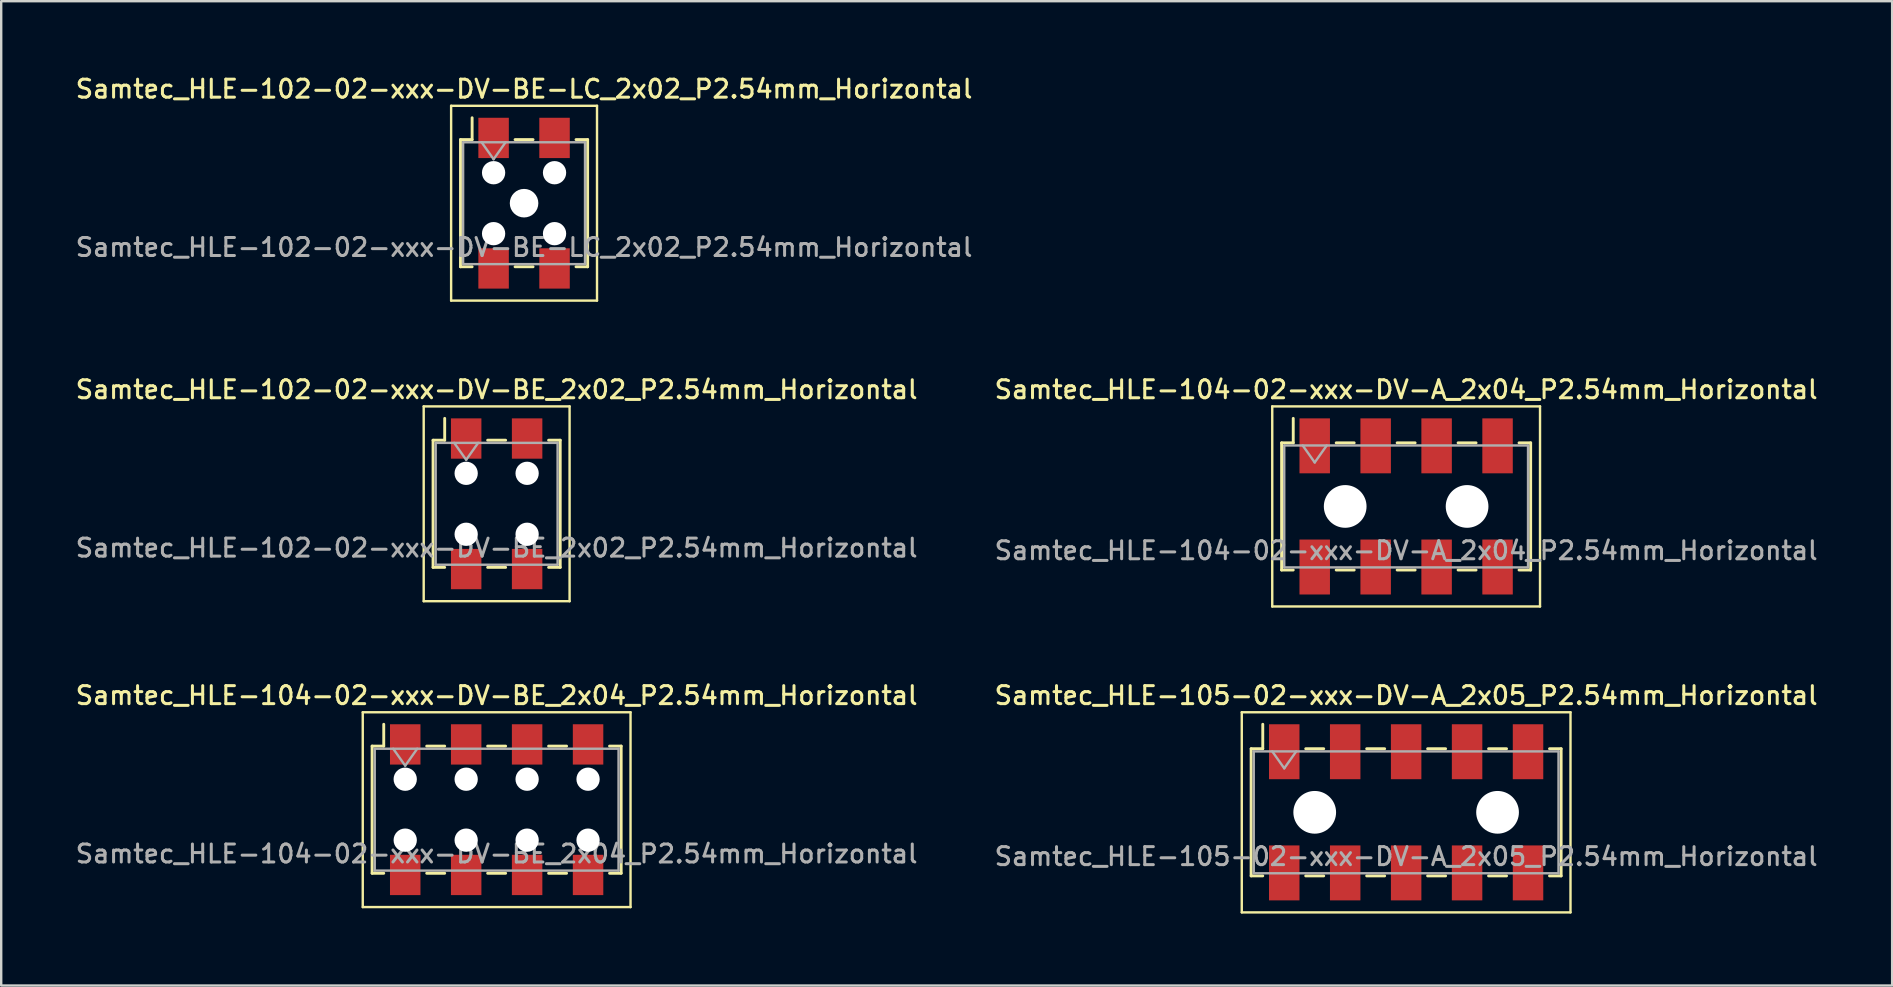
<source format=kicad_pcb>
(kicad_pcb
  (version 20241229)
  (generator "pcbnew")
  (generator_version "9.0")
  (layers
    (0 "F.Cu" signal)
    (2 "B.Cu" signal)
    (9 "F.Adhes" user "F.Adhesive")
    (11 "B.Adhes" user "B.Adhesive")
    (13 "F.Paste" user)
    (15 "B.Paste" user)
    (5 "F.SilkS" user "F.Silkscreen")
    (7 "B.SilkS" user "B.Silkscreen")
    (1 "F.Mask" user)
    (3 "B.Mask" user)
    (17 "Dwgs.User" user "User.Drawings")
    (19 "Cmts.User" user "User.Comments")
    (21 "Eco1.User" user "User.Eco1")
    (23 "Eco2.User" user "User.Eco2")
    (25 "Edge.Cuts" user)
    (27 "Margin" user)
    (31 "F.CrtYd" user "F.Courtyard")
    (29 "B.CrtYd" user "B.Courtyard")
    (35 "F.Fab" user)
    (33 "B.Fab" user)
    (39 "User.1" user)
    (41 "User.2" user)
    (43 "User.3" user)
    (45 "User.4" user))
  (footprint "Samtec_HLE-105-02-xxx-DV-A_2x05_P2.54mm_Horizontal"
    (layer "F.Cu")
    (at 55.552 30.804)
    (property "Reference" "Samtec_HLE-105-02-xxx-DV-A_2x05_P2.54mm_Horizontal" (at 0 -4.87 0) (layer "F.SilkS") (effects (font (size 0.75 0.75) (thickness 0.125))))
    (attr smd)
    (fp_line (start -6.85 -4.17) (end 6.85 -4.17) (stroke (width 0.1) (type solid)) (layer "F.SilkS"))
    (fp_line (start -6.85 4.17) (end -6.85 -4.17) (stroke (width 0.1) (type solid)) (layer "F.SilkS"))
    (fp_line (start -6.46 -2.65) (end -6.46 2.65) (stroke (width 0.12) (type solid)) (layer "F.SilkS"))
    (fp_line (start -6.46 2.65) (end -5.975 2.65) (stroke (width 0.12) (type solid)) (layer "F.SilkS"))
    (fp_line (start -5.975 -3.67) (end -5.975 -2.65) (stroke (width 0.12) (type solid)) (layer "F.SilkS"))
    (fp_line (start -5.975 -2.65) (end -6.46 -2.65) (stroke (width 0.12) (type solid)) (layer "F.SilkS"))
    (fp_line (start -4.185 -2.65) (end -3.435 -2.65) (stroke (width 0.12) (type solid)) (layer "F.SilkS"))
    (fp_line (start -4.185 2.65) (end -3.435 2.65) (stroke (width 0.12) (type solid)) (layer "F.SilkS"))
    (fp_line (start -1.645 -2.65) (end -0.895 -2.65) (stroke (width 0.12) (type solid)) (layer "F.SilkS"))
    (fp_line (start -1.645 2.65) (end -0.895 2.65) (stroke (width 0.12) (type solid)) (layer "F.SilkS"))
    (fp_line (start 0.895 -2.65) (end 1.645 -2.65) (stroke (width 0.12) (type solid)) (layer "F.SilkS"))
    (fp_line (start 0.895 2.65) (end 1.645 2.65) (stroke (width 0.12) (type solid)) (layer "F.SilkS"))
    (fp_line (start 3.435 -2.65) (end 4.185 -2.65) (stroke (width 0.12) (type solid)) (layer "F.SilkS"))
    (fp_line (start 3.435 2.65) (end 4.185 2.65) (stroke (width 0.12) (type solid)) (layer "F.SilkS"))
    (fp_line (start 5.975 -2.65) (end 6.46 -2.65) (stroke (width 0.12) (type solid)) (layer "F.SilkS"))
    (fp_line (start 6.46 -2.65) (end 6.46 2.65) (stroke (width 0.12) (type solid)) (layer "F.SilkS"))
    (fp_line (start 6.46 2.65) (end 5.975 2.65) (stroke (width 0.12) (type solid)) (layer "F.SilkS"))
    (fp_line (start 6.85 -4.17) (end 6.85 4.17) (stroke (width 0.1) (type solid)) (layer "F.SilkS"))
    (fp_line (start 6.85 4.17) (end -6.85 4.17) (stroke (width 0.1) (type solid)) (layer "F.SilkS"))
    (fp_line (start -6.35 -2.54) (end 6.35 -2.54) (stroke (width 0.1) (type solid)) (layer "F.Fab"))
    (fp_line (start -6.35 2.54) (end -6.35 -2.54) (stroke (width 0.1) (type solid)) (layer "F.Fab"))
    (fp_line (start -5.58 -2.54) (end -5.08 -1.833) (stroke (width 0.1) (type solid)) (layer "F.Fab"))
    (fp_line (start -5.08 -1.833) (end -4.58 -2.54) (stroke (width 0.1) (type solid)) (layer "F.Fab"))
    (fp_line (start 6.35 -2.54) (end 6.35 2.54) (stroke (width 0.1) (type solid)) (layer "F.Fab"))
    (fp_line (start 6.35 2.54) (end -6.35 2.54) (stroke (width 0.1) (type solid)) (layer "F.Fab"))
    (fp_text user "${REFERENCE}" (at 0 1.84 0) (layer "F.Fab") (effects (font (size 0.75 0.75) (thickness 0.125))))
    (pad "" np_thru_hole circle (at -3.81 0) (size 1.78 1.78) (drill 1.78) (layers "*.Cu" "*.Mask"))
    (pad "" np_thru_hole circle (at 3.81 0) (size 1.78 1.78) (drill 1.78) (layers "*.Cu" "*.Mask"))
    (pad "1" smd rect (at -5.08 -2.525) (size 1.27 2.29) (layers "F.Cu" "F.Mask" "F.Paste"))
    (pad "2" smd rect (at -5.08 2.525) (size 1.27 2.29) (layers "F.Cu" "F.Mask" "F.Paste"))
    (pad "3" smd rect (at -2.54 -2.525) (size 1.27 2.29) (layers "F.Cu" "F.Mask" "F.Paste"))
    (pad "4" smd rect (at -2.54 2.525) (size 1.27 2.29) (layers "F.Cu" "F.Mask" "F.Paste"))
    (pad "5" smd rect (at 0 -2.525) (size 1.27 2.29) (layers "F.Cu" "F.Mask" "F.Paste"))
    (pad "6" smd rect (at 0 2.525) (size 1.27 2.29) (layers "F.Cu" "F.Mask" "F.Paste"))
    (pad "7" smd rect (at 2.54 -2.525) (size 1.27 2.29) (layers "F.Cu" "F.Mask" "F.Paste"))
    (pad "8" smd rect (at 2.54 2.525) (size 1.27 2.29) (layers "F.Cu" "F.Mask" "F.Paste"))
    (pad "9" smd rect (at 5.08 -2.525) (size 1.27 2.29) (layers "F.Cu" "F.Mask" "F.Paste"))
    (pad "10" smd rect (at 5.08 2.525) (size 1.27 2.29) (layers "F.Cu" "F.Mask" "F.Paste")))
  (footprint "Samtec_HLE-102-02-xxx-DV-BE-LC_2x02_P2.54mm_Horizontal"
    (layer "F.Cu")
    (at 18.791 5.418)
    (property "Reference" "Samtec_HLE-102-02-xxx-DV-BE-LC_2x02_P2.54mm_Horizontal" (at 0 -4.76 0) (layer "F.SilkS") (effects (font (size 0.75 0.75) (thickness 0.125))))
    (attr smd)
    (fp_line (start -3.04 -4.06) (end 3.04 -4.06) (stroke (width 0.1) (type solid)) (layer "F.SilkS"))
    (fp_line (start -3.04 4.06) (end -3.04 -4.06) (stroke (width 0.1) (type solid)) (layer "F.SilkS"))
    (fp_line (start -2.65 -2.65) (end -2.65 2.65) (stroke (width 0.12) (type solid)) (layer "F.SilkS"))
    (fp_line (start -2.65 2.65) (end -2.165 2.65) (stroke (width 0.12) (type solid)) (layer "F.SilkS"))
    (fp_line (start -2.165 -3.56) (end -2.165 -2.65) (stroke (width 0.12) (type solid)) (layer "F.SilkS"))
    (fp_line (start -2.165 -2.65) (end -2.65 -2.65) (stroke (width 0.12) (type solid)) (layer "F.SilkS"))
    (fp_line (start -0.375 -2.65) (end 0.375 -2.65) (stroke (width 0.12) (type solid)) (layer "F.SilkS"))
    (fp_line (start -0.375 2.65) (end 0.375 2.65) (stroke (width 0.12) (type solid)) (layer "F.SilkS"))
    (fp_line (start 2.165 -2.65) (end 2.65 -2.65) (stroke (width 0.12) (type solid)) (layer "F.SilkS"))
    (fp_line (start 2.65 -2.65) (end 2.65 2.65) (stroke (width 0.12) (type solid)) (layer "F.SilkS"))
    (fp_line (start 2.65 2.65) (end 2.165 2.65) (stroke (width 0.12) (type solid)) (layer "F.SilkS"))
    (fp_line (start 3.04 -4.06) (end 3.04 4.06) (stroke (width 0.1) (type solid)) (layer "F.SilkS"))
    (fp_line (start 3.04 4.06) (end -3.04 4.06) (stroke (width 0.1) (type solid)) (layer "F.SilkS"))
    (fp_line (start -2.54 -2.54) (end 2.54 -2.54) (stroke (width 0.1) (type solid)) (layer "F.Fab"))
    (fp_line (start -2.54 2.54) (end -2.54 -2.54) (stroke (width 0.1) (type solid)) (layer "F.Fab"))
    (fp_line (start -1.77 -2.54) (end -1.27 -1.833) (stroke (width 0.1) (type solid)) (layer "F.Fab"))
    (fp_line (start -1.27 -1.833) (end -0.77 -2.54) (stroke (width 0.1) (type solid)) (layer "F.Fab"))
    (fp_line (start 2.54 -2.54) (end 2.54 2.54) (stroke (width 0.1) (type solid)) (layer "F.Fab"))
    (fp_line (start 2.54 2.54) (end -2.54 2.54) (stroke (width 0.1) (type solid)) (layer "F.Fab"))
    (fp_text user "${REFERENCE}" (at 0 1.84 0) (layer "F.Fab") (effects (font (size 0.75 0.75) (thickness 0.125))))
    (pad "" np_thru_hole circle (at -1.27 -1.27) (size 0.97 0.97) (drill 0.97) (layers "*.Cu" "*.Mask"))
    (pad "" np_thru_hole circle (at -1.27 1.27) (size 0.97 0.97) (drill 0.97) (layers "*.Cu" "*.Mask"))
    (pad "" np_thru_hole circle (at 0 0) (size 1.19 1.19) (drill 1.19) (layers "*.Cu" "*.Mask"))
    (pad "" np_thru_hole circle (at 1.27 -1.27) (size 0.97 0.97) (drill 0.97) (layers "*.Cu" "*.Mask"))
    (pad "" np_thru_hole circle (at 1.27 1.27) (size 0.97 0.97) (drill 0.97) (layers "*.Cu" "*.Mask"))
    (pad "1" smd rect (at -1.27 -2.72) (size 1.27 1.68) (layers "F.Cu" "F.Mask" "F.Paste"))
    (pad "2" smd rect (at -1.27 2.72) (size 1.27 1.68) (layers "F.Cu" "F.Mask" "F.Paste"))
    (pad "3" smd rect (at 1.27 -2.72) (size 1.27 1.68) (layers "F.Cu" "F.Mask" "F.Paste"))
    (pad "4" smd rect (at 1.27 2.72) (size 1.27 1.68) (layers "F.Cu" "F.Mask" "F.Paste")))
  (footprint "Samtec_HLE-102-02-xxx-DV-BE_2x02_P2.54mm_Horizontal"
    (layer "F.Cu")
    (at 17.648 17.946)
    (property "Reference" "Samtec_HLE-102-02-xxx-DV-BE_2x02_P2.54mm_Horizontal" (at 0 -4.76 0) (layer "F.SilkS") (effects (font (size 0.75 0.75) (thickness 0.125))))
    (attr smd)
    (fp_line (start -3.04 -4.06) (end 3.04 -4.06) (stroke (width 0.1) (type solid)) (layer "F.SilkS"))
    (fp_line (start -3.04 4.06) (end -3.04 -4.06) (stroke (width 0.1) (type solid)) (layer "F.SilkS"))
    (fp_line (start -2.65 -2.65) (end -2.65 2.65) (stroke (width 0.12) (type solid)) (layer "F.SilkS"))
    (fp_line (start -2.65 2.65) (end -2.165 2.65) (stroke (width 0.12) (type solid)) (layer "F.SilkS"))
    (fp_line (start -2.165 -3.56) (end -2.165 -2.65) (stroke (width 0.12) (type solid)) (layer "F.SilkS"))
    (fp_line (start -2.165 -2.65) (end -2.65 -2.65) (stroke (width 0.12) (type solid)) (layer "F.SilkS"))
    (fp_line (start -0.375 -2.65) (end 0.375 -2.65) (stroke (width 0.12) (type solid)) (layer "F.SilkS"))
    (fp_line (start -0.375 2.65) (end 0.375 2.65) (stroke (width 0.12) (type solid)) (layer "F.SilkS"))
    (fp_line (start 2.165 -2.65) (end 2.65 -2.65) (stroke (width 0.12) (type solid)) (layer "F.SilkS"))
    (fp_line (start 2.65 -2.65) (end 2.65 2.65) (stroke (width 0.12) (type solid)) (layer "F.SilkS"))
    (fp_line (start 2.65 2.65) (end 2.165 2.65) (stroke (width 0.12) (type solid)) (layer "F.SilkS"))
    (fp_line (start 3.04 -4.06) (end 3.04 4.06) (stroke (width 0.1) (type solid)) (layer "F.SilkS"))
    (fp_line (start 3.04 4.06) (end -3.04 4.06) (stroke (width 0.1) (type solid)) (layer "F.SilkS"))
    (fp_line (start -2.54 -2.54) (end 2.54 -2.54) (stroke (width 0.1) (type solid)) (layer "F.Fab"))
    (fp_line (start -2.54 2.54) (end -2.54 -2.54) (stroke (width 0.1) (type solid)) (layer "F.Fab"))
    (fp_line (start -1.77 -2.54) (end -1.27 -1.833) (stroke (width 0.1) (type solid)) (layer "F.Fab"))
    (fp_line (start -1.27 -1.833) (end -0.77 -2.54) (stroke (width 0.1) (type solid)) (layer "F.Fab"))
    (fp_line (start 2.54 -2.54) (end 2.54 2.54) (stroke (width 0.1) (type solid)) (layer "F.Fab"))
    (fp_line (start 2.54 2.54) (end -2.54 2.54) (stroke (width 0.1) (type solid)) (layer "F.Fab"))
    (fp_text user "${REFERENCE}" (at 0 1.84 0) (layer "F.Fab") (effects (font (size 0.75 0.75) (thickness 0.125))))
    (pad "" np_thru_hole circle (at -1.27 -1.27) (size 0.97 0.97) (drill 0.97) (layers "*.Cu" "*.Mask"))
    (pad "" np_thru_hole circle (at -1.27 1.27) (size 0.97 0.97) (drill 0.97) (layers "*.Cu" "*.Mask"))
    (pad "" np_thru_hole circle (at 1.27 -1.27) (size 0.97 0.97) (drill 0.97) (layers "*.Cu" "*.Mask"))
    (pad "" np_thru_hole circle (at 1.27 1.27) (size 0.97 0.97) (drill 0.97) (layers "*.Cu" "*.Mask"))
    (pad "1" smd rect (at -1.27 -2.72) (size 1.27 1.68) (layers "F.Cu" "F.Mask" "F.Paste"))
    (pad "2" smd rect (at -1.27 2.72) (size 1.27 1.68) (layers "F.Cu" "F.Mask" "F.Paste"))
    (pad "3" smd rect (at 1.27 -2.72) (size 1.27 1.68) (layers "F.Cu" "F.Mask" "F.Paste"))
    (pad "4" smd rect (at 1.27 2.72) (size 1.27 1.68) (layers "F.Cu" "F.Mask" "F.Paste")))
  (footprint "Samtec_HLE-104-02-xxx-DV-A_2x04_P2.54mm_Horizontal"
    (layer "F.Cu")
    (at 55.552 18.056)
    (property "Reference" "Samtec_HLE-104-02-xxx-DV-A_2x04_P2.54mm_Horizontal" (at 0 -4.87 0) (layer "F.SilkS") (effects (font (size 0.75 0.75) (thickness 0.125))))
    (attr smd)
    (fp_line (start -5.58 -4.17) (end 5.58 -4.17) (stroke (width 0.1) (type solid)) (layer "F.SilkS"))
    (fp_line (start -5.58 4.17) (end -5.58 -4.17) (stroke (width 0.1) (type solid)) (layer "F.SilkS"))
    (fp_line (start -5.19 -2.65) (end -5.19 2.65) (stroke (width 0.12) (type solid)) (layer "F.SilkS"))
    (fp_line (start -5.19 2.65) (end -4.705 2.65) (stroke (width 0.12) (type solid)) (layer "F.SilkS"))
    (fp_line (start -4.705 -3.67) (end -4.705 -2.65) (stroke (width 0.12) (type solid)) (layer "F.SilkS"))
    (fp_line (start -4.705 -2.65) (end -5.19 -2.65) (stroke (width 0.12) (type solid)) (layer "F.SilkS"))
    (fp_line (start -2.915 -2.65) (end -2.165 -2.65) (stroke (width 0.12) (type solid)) (layer "F.SilkS"))
    (fp_line (start -2.915 2.65) (end -2.165 2.65) (stroke (width 0.12) (type solid)) (layer "F.SilkS"))
    (fp_line (start -0.375 -2.65) (end 0.375 -2.65) (stroke (width 0.12) (type solid)) (layer "F.SilkS"))
    (fp_line (start -0.375 2.65) (end 0.375 2.65) (stroke (width 0.12) (type solid)) (layer "F.SilkS"))
    (fp_line (start 2.165 -2.65) (end 2.915 -2.65) (stroke (width 0.12) (type solid)) (layer "F.SilkS"))
    (fp_line (start 2.165 2.65) (end 2.915 2.65) (stroke (width 0.12) (type solid)) (layer "F.SilkS"))
    (fp_line (start 4.705 -2.65) (end 5.19 -2.65) (stroke (width 0.12) (type solid)) (layer "F.SilkS"))
    (fp_line (start 5.19 -2.65) (end 5.19 2.65) (stroke (width 0.12) (type solid)) (layer "F.SilkS"))
    (fp_line (start 5.19 2.65) (end 4.705 2.65) (stroke (width 0.12) (type solid)) (layer "F.SilkS"))
    (fp_line (start 5.58 -4.17) (end 5.58 4.17) (stroke (width 0.1) (type solid)) (layer "F.SilkS"))
    (fp_line (start 5.58 4.17) (end -5.58 4.17) (stroke (width 0.1) (type solid)) (layer "F.SilkS"))
    (fp_line (start -5.08 -2.54) (end 5.08 -2.54) (stroke (width 0.1) (type solid)) (layer "F.Fab"))
    (fp_line (start -5.08 2.54) (end -5.08 -2.54) (stroke (width 0.1) (type solid)) (layer "F.Fab"))
    (fp_line (start -4.31 -2.54) (end -3.81 -1.833) (stroke (width 0.1) (type solid)) (layer "F.Fab"))
    (fp_line (start -3.81 -1.833) (end -3.31 -2.54) (stroke (width 0.1) (type solid)) (layer "F.Fab"))
    (fp_line (start 5.08 -2.54) (end 5.08 2.54) (stroke (width 0.1) (type solid)) (layer "F.Fab"))
    (fp_line (start 5.08 2.54) (end -5.08 2.54) (stroke (width 0.1) (type solid)) (layer "F.Fab"))
    (fp_text user "${REFERENCE}" (at 0 1.84 0) (layer "F.Fab") (effects (font (size 0.75 0.75) (thickness 0.125))))
    (pad "" np_thru_hole circle (at -2.54 0) (size 1.78 1.78) (drill 1.78) (layers "*.Cu" "*.Mask"))
    (pad "" np_thru_hole circle (at 2.54 0) (size 1.78 1.78) (drill 1.78) (layers "*.Cu" "*.Mask"))
    (pad "1" smd rect (at -3.81 -2.525) (size 1.27 2.29) (layers "F.Cu" "F.Mask" "F.Paste"))
    (pad "2" smd rect (at -3.81 2.525) (size 1.27 2.29) (layers "F.Cu" "F.Mask" "F.Paste"))
    (pad "3" smd rect (at -1.27 -2.525) (size 1.27 2.29) (layers "F.Cu" "F.Mask" "F.Paste"))
    (pad "4" smd rect (at -1.27 2.525) (size 1.27 2.29) (layers "F.Cu" "F.Mask" "F.Paste"))
    (pad "5" smd rect (at 1.27 -2.525) (size 1.27 2.29) (layers "F.Cu" "F.Mask" "F.Paste"))
    (pad "6" smd rect (at 1.27 2.525) (size 1.27 2.29) (layers "F.Cu" "F.Mask" "F.Paste"))
    (pad "7" smd rect (at 3.81 -2.525) (size 1.27 2.29) (layers "F.Cu" "F.Mask" "F.Paste"))
    (pad "8" smd rect (at 3.81 2.525) (size 1.27 2.29) (layers "F.Cu" "F.Mask" "F.Paste")))
  (footprint "Samtec_HLE-104-02-xxx-DV-BE_2x04_P2.54mm_Horizontal"
    (layer "F.Cu")
    (at 17.648 30.694)
    (property "Reference" "Samtec_HLE-104-02-xxx-DV-BE_2x04_P2.54mm_Horizontal" (at 0 -4.76 0) (layer "F.SilkS") (effects (font (size 0.75 0.75) (thickness 0.125))))
    (attr smd)
    (fp_line (start -5.58 -4.06) (end 5.58 -4.06) (stroke (width 0.1) (type solid)) (layer "F.SilkS"))
    (fp_line (start -5.58 4.06) (end -5.58 -4.06) (stroke (width 0.1) (type solid)) (layer "F.SilkS"))
    (fp_line (start -5.19 -2.65) (end -5.19 2.65) (stroke (width 0.12) (type solid)) (layer "F.SilkS"))
    (fp_line (start -5.19 2.65) (end -4.705 2.65) (stroke (width 0.12) (type solid)) (layer "F.SilkS"))
    (fp_line (start -4.705 -3.56) (end -4.705 -2.65) (stroke (width 0.12) (type solid)) (layer "F.SilkS"))
    (fp_line (start -4.705 -2.65) (end -5.19 -2.65) (stroke (width 0.12) (type solid)) (layer "F.SilkS"))
    (fp_line (start -2.915 -2.65) (end -2.165 -2.65) (stroke (width 0.12) (type solid)) (layer "F.SilkS"))
    (fp_line (start -2.915 2.65) (end -2.165 2.65) (stroke (width 0.12) (type solid)) (layer "F.SilkS"))
    (fp_line (start -0.375 -2.65) (end 0.375 -2.65) (stroke (width 0.12) (type solid)) (layer "F.SilkS"))
    (fp_line (start -0.375 2.65) (end 0.375 2.65) (stroke (width 0.12) (type solid)) (layer "F.SilkS"))
    (fp_line (start 2.165 -2.65) (end 2.915 -2.65) (stroke (width 0.12) (type solid)) (layer "F.SilkS"))
    (fp_line (start 2.165 2.65) (end 2.915 2.65) (stroke (width 0.12) (type solid)) (layer "F.SilkS"))
    (fp_line (start 4.705 -2.65) (end 5.19 -2.65) (stroke (width 0.12) (type solid)) (layer "F.SilkS"))
    (fp_line (start 5.19 -2.65) (end 5.19 2.65) (stroke (width 0.12) (type solid)) (layer "F.SilkS"))
    (fp_line (start 5.19 2.65) (end 4.705 2.65) (stroke (width 0.12) (type solid)) (layer "F.SilkS"))
    (fp_line (start 5.58 -4.06) (end 5.58 4.06) (stroke (width 0.1) (type solid)) (layer "F.SilkS"))
    (fp_line (start 5.58 4.06) (end -5.58 4.06) (stroke (width 0.1) (type solid)) (layer "F.SilkS"))
    (fp_line (start -5.08 -2.54) (end 5.08 -2.54) (stroke (width 0.1) (type solid)) (layer "F.Fab"))
    (fp_line (start -5.08 2.54) (end -5.08 -2.54) (stroke (width 0.1) (type solid)) (layer "F.Fab"))
    (fp_line (start -4.31 -2.54) (end -3.81 -1.833) (stroke (width 0.1) (type solid)) (layer "F.Fab"))
    (fp_line (start -3.81 -1.833) (end -3.31 -2.54) (stroke (width 0.1) (type solid)) (layer "F.Fab"))
    (fp_line (start 5.08 -2.54) (end 5.08 2.54) (stroke (width 0.1) (type solid)) (layer "F.Fab"))
    (fp_line (start 5.08 2.54) (end -5.08 2.54) (stroke (width 0.1) (type solid)) (layer "F.Fab"))
    (fp_text user "${REFERENCE}" (at 0 1.84 0) (layer "F.Fab") (effects (font (size 0.75 0.75) (thickness 0.125))))
    (pad "" np_thru_hole circle (at -3.81 -1.27) (size 0.97 0.97) (drill 0.97) (layers "*.Cu" "*.Mask"))
    (pad "" np_thru_hole circle (at -3.81 1.27) (size 0.97 0.97) (drill 0.97) (layers "*.Cu" "*.Mask"))
    (pad "" np_thru_hole circle (at -1.27 -1.27) (size 0.97 0.97) (drill 0.97) (layers "*.Cu" "*.Mask"))
    (pad "" np_thru_hole circle (at -1.27 1.27) (size 0.97 0.97) (drill 0.97) (layers "*.Cu" "*.Mask"))
    (pad "" np_thru_hole circle (at 1.27 -1.27) (size 0.97 0.97) (drill 0.97) (layers "*.Cu" "*.Mask"))
    (pad "" np_thru_hole circle (at 1.27 1.27) (size 0.97 0.97) (drill 0.97) (layers "*.Cu" "*.Mask"))
    (pad "" np_thru_hole circle (at 3.81 -1.27) (size 0.97 0.97) (drill 0.97) (layers "*.Cu" "*.Mask"))
    (pad "" np_thru_hole circle (at 3.81 1.27) (size 0.97 0.97) (drill 0.97) (layers "*.Cu" "*.Mask"))
    (pad "1" smd rect (at -3.81 -2.72) (size 1.27 1.68) (layers "F.Cu" "F.Mask" "F.Paste"))
    (pad "2" smd rect (at -3.81 2.72) (size 1.27 1.68) (layers "F.Cu" "F.Mask" "F.Paste"))
    (pad "3" smd rect (at -1.27 -2.72) (size 1.27 1.68) (layers "F.Cu" "F.Mask" "F.Paste"))
    (pad "4" smd rect (at -1.27 2.72) (size 1.27 1.68) (layers "F.Cu" "F.Mask" "F.Paste"))
    (pad "5" smd rect (at 1.27 -2.72) (size 1.27 1.68) (layers "F.Cu" "F.Mask" "F.Paste"))
    (pad "6" smd rect (at 1.27 2.72) (size 1.27 1.68) (layers "F.Cu" "F.Mask" "F.Paste"))
    (pad "7" smd rect (at 3.81 -2.72) (size 1.27 1.68) (layers "F.Cu" "F.Mask" "F.Paste"))
    (pad "8" smd rect (at 3.81 2.72) (size 1.27 1.68) (layers "F.Cu" "F.Mask" "F.Paste")))
  (gr_rect
    (start -3 -3)
    (end 75.807 38.024)
    (stroke (width 0.1) (type default))
    (fill no)
    (layer "Edge.Cuts")))
</source>
